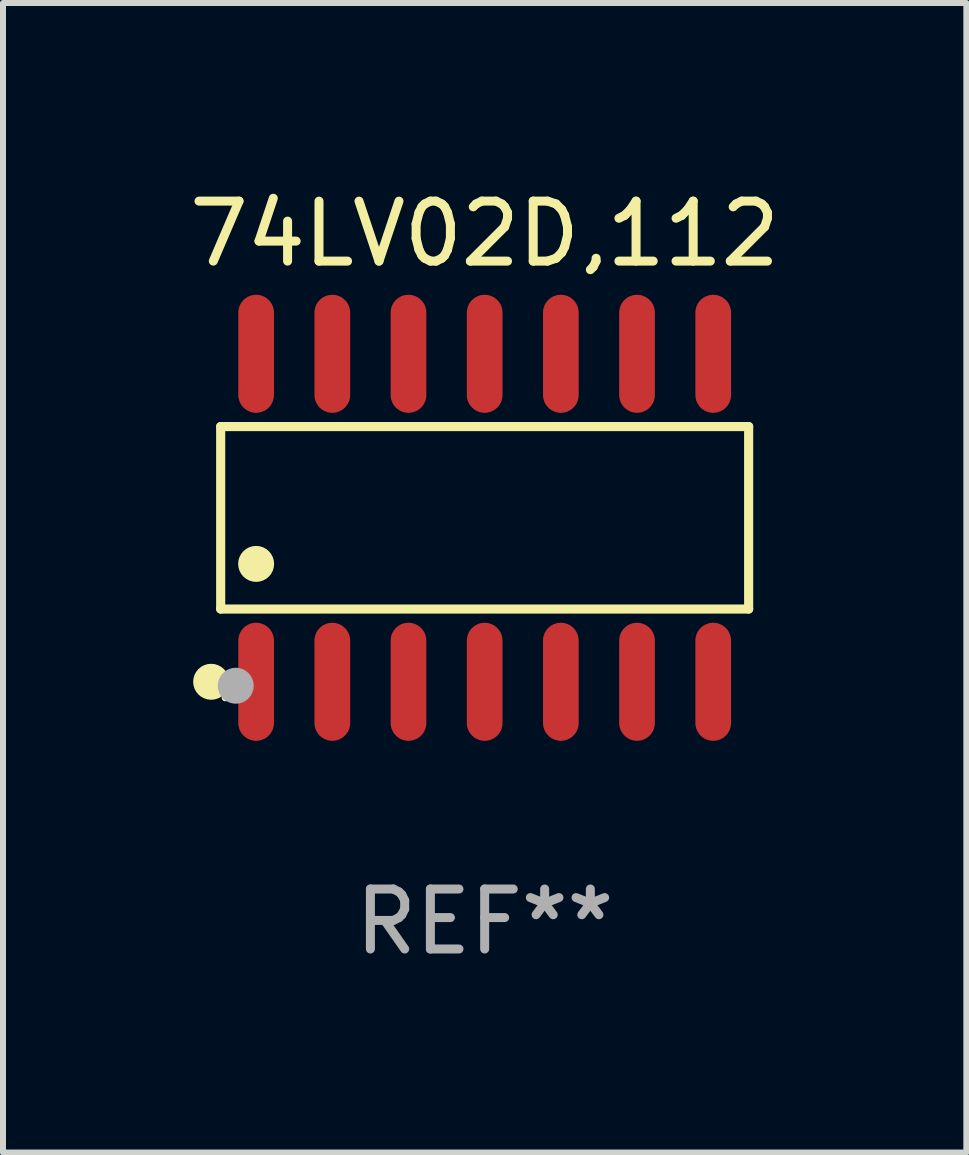
<source format=kicad_pcb>
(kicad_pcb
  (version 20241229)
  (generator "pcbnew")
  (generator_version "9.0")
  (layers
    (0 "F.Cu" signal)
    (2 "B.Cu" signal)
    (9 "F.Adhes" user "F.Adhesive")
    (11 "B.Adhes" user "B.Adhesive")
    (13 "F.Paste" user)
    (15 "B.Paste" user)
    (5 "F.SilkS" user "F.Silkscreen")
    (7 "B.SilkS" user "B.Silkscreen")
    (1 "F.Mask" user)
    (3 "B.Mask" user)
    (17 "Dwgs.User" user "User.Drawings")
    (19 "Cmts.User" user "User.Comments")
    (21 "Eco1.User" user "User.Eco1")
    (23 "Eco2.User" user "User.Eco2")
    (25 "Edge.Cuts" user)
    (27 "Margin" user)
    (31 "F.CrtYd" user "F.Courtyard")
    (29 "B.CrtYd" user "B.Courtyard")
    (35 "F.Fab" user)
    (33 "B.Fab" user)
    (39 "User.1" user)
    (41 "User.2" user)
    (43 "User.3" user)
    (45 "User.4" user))
  (footprint "74LV02D,112"
    (layer "F.Cu")
    (at 5.03 5.582)
    (property "Reference" "74LV02D,112" (at 0 -4.734 0) (layer "F.SilkS") (effects (font (size 1 1) (thickness 0.15))))
    (attr through_hole)
    (fp_line (start -4.401 -1.521) (end 4.401 -1.521) (stroke (width 0.152) (type solid)) (layer "F.SilkS"))
    (fp_line (start -4.401 1.521) (end -4.401 -1.521) (stroke (width 0.152) (type solid)) (layer "F.SilkS"))
    (fp_line (start 4.401 -1.521) (end 4.401 1.521) (stroke (width 0.152) (type solid)) (layer "F.SilkS"))
    (fp_line (start 4.401 1.521) (end -4.401 1.521) (stroke (width 0.152) (type solid)) (layer "F.SilkS"))
    (fp_circle (center -4.56 2.734) (end -4.41 2.734) (stroke (width 0.3) (type solid)) (fill no) (layer "F.SilkS"))
    (fp_circle (center -4.325 3) (end -4.295 3) (stroke (width 0.06) (type solid)) (fill no) (layer "F.SilkS"))
    (fp_circle (center -3.81 0.769) (end -3.66 0.769) (stroke (width 0.3) (type solid)) (fill no) (layer "F.SilkS"))
    (fp_circle (center -4.15 2.8) (end -4 2.8) (stroke (width 0.3) (type solid)) (fill no) (layer "F.Fab"))
    (fp_text user "REF**" (at 0 6.734 0) (layer "F.Fab") (effects (font (size 1 1) (thickness 0.15))))
    (pad "1" smd oval (at -3.81 2.734) (size 0.595 1.968) (layers "F.Cu" "F.Mask" "F.Paste"))
    (pad "2" smd oval (at -2.54 2.734) (size 0.595 1.968) (layers "F.Cu" "F.Mask" "F.Paste"))
    (pad "3" smd oval (at -1.27 2.734) (size 0.595 1.968) (layers "F.Cu" "F.Mask" "F.Paste"))
    (pad "4" smd oval (at 0 2.734) (size 0.595 1.968) (layers "F.Cu" "F.Mask" "F.Paste"))
    (pad "5" smd oval (at 1.27 2.734) (size 0.595 1.968) (layers "F.Cu" "F.Mask" "F.Paste"))
    (pad "6" smd oval (at 2.54 2.734) (size 0.595 1.968) (layers "F.Cu" "F.Mask" "F.Paste"))
    (pad "7" smd oval (at 3.81 2.734) (size 0.595 1.968) (layers "F.Cu" "F.Mask" "F.Paste"))
    (pad "8" smd oval (at 3.81 -2.734) (size 0.595 1.968) (layers "F.Cu" "F.Mask" "F.Paste"))
    (pad "9" smd oval (at 2.54 -2.734) (size 0.595 1.968) (layers "F.Cu" "F.Mask" "F.Paste"))
    (pad "10" smd oval (at 1.27 -2.734) (size 0.595 1.968) (layers "F.Cu" "F.Mask" "F.Paste"))
    (pad "11" smd oval (at 0 -2.734) (size 0.595 1.968) (layers "F.Cu" "F.Mask" "F.Paste"))
    (pad "12" smd oval (at -1.27 -2.734) (size 0.595 1.968) (layers "F.Cu" "F.Mask" "F.Paste"))
    (pad "13" smd oval (at -2.54 -2.734) (size 0.595 1.968) (layers "F.Cu" "F.Mask" "F.Paste"))
    (pad "14" smd oval (at -3.81 -2.734) (size 0.595 1.968) (layers "F.Cu" "F.Mask" "F.Paste")))
  (gr_rect
    (start -3 -3)
    (end 13.06 16.164)
    (stroke (width 0.1) (type default))
    (fill no)
    (layer "Edge.Cuts")))
</source>
